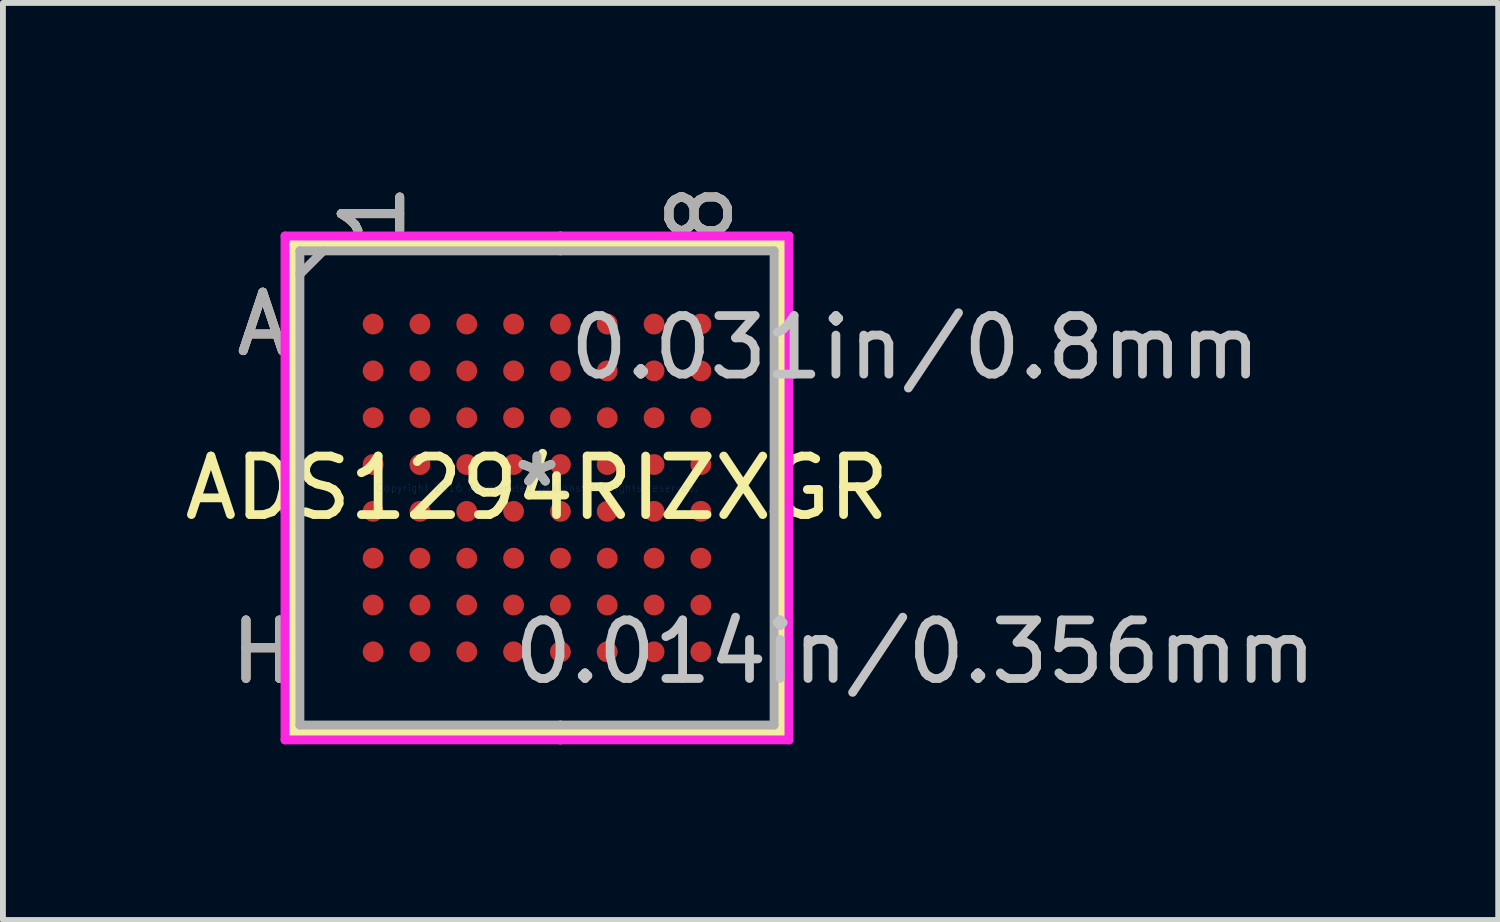
<source format=kicad_pcb>
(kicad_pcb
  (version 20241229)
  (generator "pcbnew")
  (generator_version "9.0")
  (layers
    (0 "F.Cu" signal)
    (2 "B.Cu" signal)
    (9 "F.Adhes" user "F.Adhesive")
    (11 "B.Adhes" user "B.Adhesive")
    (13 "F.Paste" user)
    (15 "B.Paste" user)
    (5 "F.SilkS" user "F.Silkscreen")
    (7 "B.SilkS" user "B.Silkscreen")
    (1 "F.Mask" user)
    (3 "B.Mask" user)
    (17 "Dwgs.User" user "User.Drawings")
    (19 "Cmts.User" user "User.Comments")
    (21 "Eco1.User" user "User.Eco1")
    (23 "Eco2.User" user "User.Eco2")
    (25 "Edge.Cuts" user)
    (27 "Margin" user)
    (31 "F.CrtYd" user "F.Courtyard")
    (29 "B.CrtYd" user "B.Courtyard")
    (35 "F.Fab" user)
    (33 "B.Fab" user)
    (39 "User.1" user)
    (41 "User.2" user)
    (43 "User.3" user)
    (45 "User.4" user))
  (footprint "ADS1294RIZXGR"
    (layer "F.Cu")
    (at 6.125 5.287)
    (property "Reference" "ADS1294RIZXGR" (at 0 0 0) (layer "F.SilkS") (effects (font (size 1 1) (thickness 0.15))))
    (attr through_hole)
    (fp_line (start -4.178 -4.178) (end -4.178 4.178) (stroke (width 0.152) (type solid)) (layer "F.SilkS"))
    (fp_line (start -4.178 4.178) (end 4.178 4.178) (stroke (width 0.152) (type solid)) (layer "F.SilkS"))
    (fp_line (start -4.051 0.4) (end -4.305 0.4) (stroke (width 0.152) (type solid)) (layer "F.SilkS"))
    (fp_line (start 0.4 -4.051) (end 0.4 -4.305) (stroke (width 0.152) (type solid)) (layer "F.SilkS"))
    (fp_line (start 0.4 4.051) (end 0.4 4.305) (stroke (width 0.152) (type solid)) (layer "F.SilkS"))
    (fp_line (start 4.051 0.4) (end 4.305 0.4) (stroke (width 0.152) (type solid)) (layer "F.SilkS"))
    (fp_line (start 4.178 -4.178) (end -4.178 -4.178) (stroke (width 0.152) (type solid)) (layer "F.SilkS"))
    (fp_line (start 4.178 4.178) (end 4.178 -4.178) (stroke (width 0.152) (type solid)) (layer "F.SilkS"))
    (fp_line (start -4.305 -4.305) (end 4.305 -4.305) (stroke (width 0.152) (type solid)) (layer "F.CrtYd"))
    (fp_line (start -4.305 4.305) (end -4.305 -4.305) (stroke (width 0.152) (type solid)) (layer "F.CrtYd"))
    (fp_line (start 4.305 -4.305) (end 4.305 4.305) (stroke (width 0.152) (type solid)) (layer "F.CrtYd"))
    (fp_line (start 4.305 4.305) (end -4.305 4.305) (stroke (width 0.152) (type solid)) (layer "F.CrtYd"))
    (fp_line (start -4.051 -4.051) (end -4.051 4.051) (stroke (width 0.152) (type solid)) (layer "F.Fab"))
    (fp_line (start -4.051 4.051) (end 4.051 4.051) (stroke (width 0.152) (type solid)) (layer "F.Fab"))
    (fp_line (start -3.651 -4.051) (end -4.051 -3.651) (stroke (width 0.152) (type solid)) (layer "F.Fab"))
    (fp_line (start 4.051 -4.051) (end -4.051 -4.051) (stroke (width 0.152) (type solid)) (layer "F.Fab"))
    (fp_line (start 4.051 4.051) (end 4.051 -4.051) (stroke (width 0.152) (type solid)) (layer "F.Fab"))
    (fp_text user "*" (at 0 0 0) (layer "F.SilkS") (effects (font (size 1 1) (thickness 0.15))))
    (fp_text user "H" (at -4.686 2.8 0) (layer "F.SilkS") (effects (font (size 1 1) (thickness 0.15))))
    (fp_text user "1" (at -2.8 -4.686 90) (layer "F.SilkS") (effects (font (size 1 1) (thickness 0.15))))
    (fp_text user "8" (at 2.8 -4.686 90) (layer "F.SilkS") (effects (font (size 1 1) (thickness 0.15))))
    (fp_text user "A" (at -4.686 -2.8 0) (layer "F.SilkS") (effects (font (size 1 1) (thickness 0.15))))
    (fp_text user "H" (at -4.686 2.8 0) (layer "B.SilkS") (effects (font (size 1 1) (thickness 0.15))))
    (fp_text user "1" (at -2.8 -4.686 90) (layer "B.SilkS") (effects (font (size 1 1) (thickness 0.15))))
    (fp_text user "8" (at 2.8 -4.686 90) (layer "B.SilkS") (effects (font (size 1 1) (thickness 0.15))))
    (fp_text user "A" (at -4.686 -2.8 0) (layer "B.SilkS") (effects (font (size 1 1) (thickness 0.15))))
    (fp_text user "0.014in/0.356mm" (at 6.464 2.8 0) (layer "Dwgs.User") (effects (font (size 1 1) (thickness 0.15))))
    (fp_text user "0.031in/0.8mm" (at 6.464 -2.4 0) (layer "Dwgs.User") (effects (font (size 1 1) (thickness 0.15))))
    (fp_text user "Copyright 2016 Accelerated Designs. All rights reserved." (at 0 0 0) (layer "Cmts.User") (effects (font (size 0.127 0.127) (thickness 0.002))))
    (fp_text user "A" (at -4.686 -2.8 0) (layer "F.Fab") (effects (font (size 1 1) (thickness 0.15))))
    (fp_text user "1" (at -2.8 -4.686 90) (layer "F.Fab") (effects (font (size 1 1) (thickness 0.15))))
    (fp_text user "H" (at -4.686 2.8 0) (layer "F.Fab") (effects (font (size 1 1) (thickness 0.15))))
    (fp_text user "*" (at 0 0 0) (layer "F.Fab") (effects (font (size 1 1) (thickness 0.15))))
    (fp_text user "8" (at 2.8 -4.686 90) (layer "F.Fab") (effects (font (size 1 1) (thickness 0.15))))
    (pad "A1" smd circle (at -2.8 -2.8) (size 0.356 0.356) (layers "F.Cu" "F.Mask" "F.Paste"))
    (pad "A2" smd circle (at -2 -2.8) (size 0.356 0.356) (layers "F.Cu" "F.Mask" "F.Paste"))
    (pad "A3" smd circle (at -1.2 -2.8) (size 0.356 0.356) (layers "F.Cu" "F.Mask" "F.Paste"))
    (pad "A4" smd circle (at -0.4 -2.8) (size 0.356 0.356) (layers "F.Cu" "F.Mask" "F.Paste"))
    (pad "A5" smd circle (at 0.4 -2.8) (size 0.356 0.356) (layers "F.Cu" "F.Mask" "F.Paste"))
    (pad "A6" smd circle (at 1.2 -2.8) (size 0.356 0.356) (layers "F.Cu" "F.Mask" "F.Paste"))
    (pad "A7" smd circle (at 2 -2.8) (size 0.356 0.356) (layers "F.Cu" "F.Mask" "F.Paste"))
    (pad "A8" smd circle (at 2.8 -2.8) (size 0.356 0.356) (layers "F.Cu" "F.Mask" "F.Paste"))
    (pad "B1" smd circle (at -2.8 -2) (size 0.356 0.356) (layers "F.Cu" "F.Mask" "F.Paste"))
    (pad "B2" smd circle (at -2 -2) (size 0.356 0.356) (layers "F.Cu" "F.Mask" "F.Paste"))
    (pad "B3" smd circle (at -1.2 -2) (size 0.356 0.356) (layers "F.Cu" "F.Mask" "F.Paste"))
    (pad "B4" smd circle (at -0.4 -2) (size 0.356 0.356) (layers "F.Cu" "F.Mask" "F.Paste"))
    (pad "B5" smd circle (at 0.4 -2) (size 0.356 0.356) (layers "F.Cu" "F.Mask" "F.Paste"))
    (pad "B6" smd circle (at 1.2 -2) (size 0.356 0.356) (layers "F.Cu" "F.Mask" "F.Paste"))
    (pad "B7" smd circle (at 2 -2) (size 0.356 0.356) (layers "F.Cu" "F.Mask" "F.Paste"))
    (pad "B8" smd circle (at 2.8 -2) (size 0.356 0.356) (layers "F.Cu" "F.Mask" "F.Paste"))
    (pad "C1" smd circle (at -2.8 -1.2) (size 0.356 0.356) (layers "F.Cu" "F.Mask" "F.Paste"))
    (pad "C2" smd circle (at -2 -1.2) (size 0.356 0.356) (layers "F.Cu" "F.Mask" "F.Paste"))
    (pad "C3" smd circle (at -1.2 -1.2) (size 0.356 0.356) (layers "F.Cu" "F.Mask" "F.Paste"))
    (pad "C4" smd circle (at -0.4 -1.2) (size 0.356 0.356) (layers "F.Cu" "F.Mask" "F.Paste"))
    (pad "C5" smd circle (at 0.4 -1.2) (size 0.356 0.356) (layers "F.Cu" "F.Mask" "F.Paste"))
    (pad "C6" smd circle (at 1.2 -1.2) (size 0.356 0.356) (layers "F.Cu" "F.Mask" "F.Paste"))
    (pad "C7" smd circle (at 2 -1.2) (size 0.356 0.356) (layers "F.Cu" "F.Mask" "F.Paste"))
    (pad "C8" smd circle (at 2.8 -1.2) (size 0.356 0.356) (layers "F.Cu" "F.Mask" "F.Paste"))
    (pad "D1" smd circle (at -2.8 -0.4) (size 0.356 0.356) (layers "F.Cu" "F.Mask" "F.Paste"))
    (pad "D2" smd circle (at -2 -0.4) (size 0.356 0.356) (layers "F.Cu" "F.Mask" "F.Paste"))
    (pad "D3" smd circle (at -1.2 -0.4) (size 0.356 0.356) (layers "F.Cu" "F.Mask" "F.Paste"))
    (pad "D4" smd circle (at -0.4 -0.4) (size 0.356 0.356) (layers "F.Cu" "F.Mask" "F.Paste"))
    (pad "D5" smd circle (at 0.4 -0.4) (size 0.356 0.356) (layers "F.Cu" "F.Mask" "F.Paste"))
    (pad "D6" smd circle (at 1.2 -0.4) (size 0.356 0.356) (layers "F.Cu" "F.Mask" "F.Paste"))
    (pad "D7" smd circle (at 2 -0.4) (size 0.356 0.356) (layers "F.Cu" "F.Mask" "F.Paste"))
    (pad "D8" smd circle (at 2.8 -0.4) (size 0.356 0.356) (layers "F.Cu" "F.Mask" "F.Paste"))
    (pad "E1" smd circle (at -2.8 0.4) (size 0.356 0.356) (layers "F.Cu" "F.Mask" "F.Paste"))
    (pad "E2" smd circle (at -2 0.4) (size 0.356 0.356) (layers "F.Cu" "F.Mask" "F.Paste"))
    (pad "E3" smd circle (at -1.2 0.4) (size 0.356 0.356) (layers "F.Cu" "F.Mask" "F.Paste"))
    (pad "E4" smd circle (at -0.4 0.4) (size 0.356 0.356) (layers "F.Cu" "F.Mask" "F.Paste"))
    (pad "E5" smd circle (at 0.4 0.4) (size 0.356 0.356) (layers "F.Cu" "F.Mask" "F.Paste"))
    (pad "E6" smd circle (at 1.2 0.4) (size 0.356 0.356) (layers "F.Cu" "F.Mask" "F.Paste"))
    (pad "E7" smd circle (at 2 0.4) (size 0.356 0.356) (layers "F.Cu" "F.Mask" "F.Paste"))
    (pad "E8" smd circle (at 2.8 0.4) (size 0.356 0.356) (layers "F.Cu" "F.Mask" "F.Paste"))
    (pad "F1" smd circle (at -2.8 1.2) (size 0.356 0.356) (layers "F.Cu" "F.Mask" "F.Paste"))
    (pad "F2" smd circle (at -2 1.2) (size 0.356 0.356) (layers "F.Cu" "F.Mask" "F.Paste"))
    (pad "F3" smd circle (at -1.2 1.2) (size 0.356 0.356) (layers "F.Cu" "F.Mask" "F.Paste"))
    (pad "F4" smd circle (at -0.4 1.2) (size 0.356 0.356) (layers "F.Cu" "F.Mask" "F.Paste"))
    (pad "F5" smd circle (at 0.4 1.2) (size 0.356 0.356) (layers "F.Cu" "F.Mask" "F.Paste"))
    (pad "F6" smd circle (at 1.2 1.2) (size 0.356 0.356) (layers "F.Cu" "F.Mask" "F.Paste"))
    (pad "F7" smd circle (at 2 1.2) (size 0.356 0.356) (layers "F.Cu" "F.Mask" "F.Paste"))
    (pad "F8" smd circle (at 2.8 1.2) (size 0.356 0.356) (layers "F.Cu" "F.Mask" "F.Paste"))
    (pad "G1" smd circle (at -2.8 2) (size 0.356 0.356) (layers "F.Cu" "F.Mask" "F.Paste"))
    (pad "G2" smd circle (at -2 2) (size 0.356 0.356) (layers "F.Cu" "F.Mask" "F.Paste"))
    (pad "G3" smd circle (at -1.2 2) (size 0.356 0.356) (layers "F.Cu" "F.Mask" "F.Paste"))
    (pad "G4" smd circle (at -0.4 2) (size 0.356 0.356) (layers "F.Cu" "F.Mask" "F.Paste"))
    (pad "G5" smd circle (at 0.4 2) (size 0.356 0.356) (layers "F.Cu" "F.Mask" "F.Paste"))
    (pad "G6" smd circle (at 1.2 2) (size 0.356 0.356) (layers "F.Cu" "F.Mask" "F.Paste"))
    (pad "G7" smd circle (at 2 2) (size 0.356 0.356) (layers "F.Cu" "F.Mask" "F.Paste"))
    (pad "G8" smd circle (at 2.8 2) (size 0.356 0.356) (layers "F.Cu" "F.Mask" "F.Paste"))
    (pad "H1" smd circle (at -2.8 2.8) (size 0.356 0.356) (layers "F.Cu" "F.Mask" "F.Paste"))
    (pad "H2" smd circle (at -2 2.8) (size 0.356 0.356) (layers "F.Cu" "F.Mask" "F.Paste"))
    (pad "H3" smd circle (at -1.2 2.8) (size 0.356 0.356) (layers "F.Cu" "F.Mask" "F.Paste"))
    (pad "H4" smd circle (at -0.4 2.8) (size 0.356 0.356) (layers "F.Cu" "F.Mask" "F.Paste"))
    (pad "H5" smd circle (at 0.4 2.8) (size 0.356 0.356) (layers "F.Cu" "F.Mask" "F.Paste"))
    (pad "H6" smd circle (at 1.2 2.8) (size 0.356 0.356) (layers "F.Cu" "F.Mask" "F.Paste"))
    (pad "H7" smd circle (at 2 2.8) (size 0.356 0.356) (layers "F.Cu" "F.Mask" "F.Paste"))
    (pad "H8" smd circle (at 2.8 2.8) (size 0.356 0.356) (layers "F.Cu" "F.Mask" "F.Paste")))
  (gr_rect
    (start -3 -3)
    (end 22.548 12.669)
    (stroke (width 0.1) (type default))
    (fill no)
    (layer "Edge.Cuts")))
</source>
